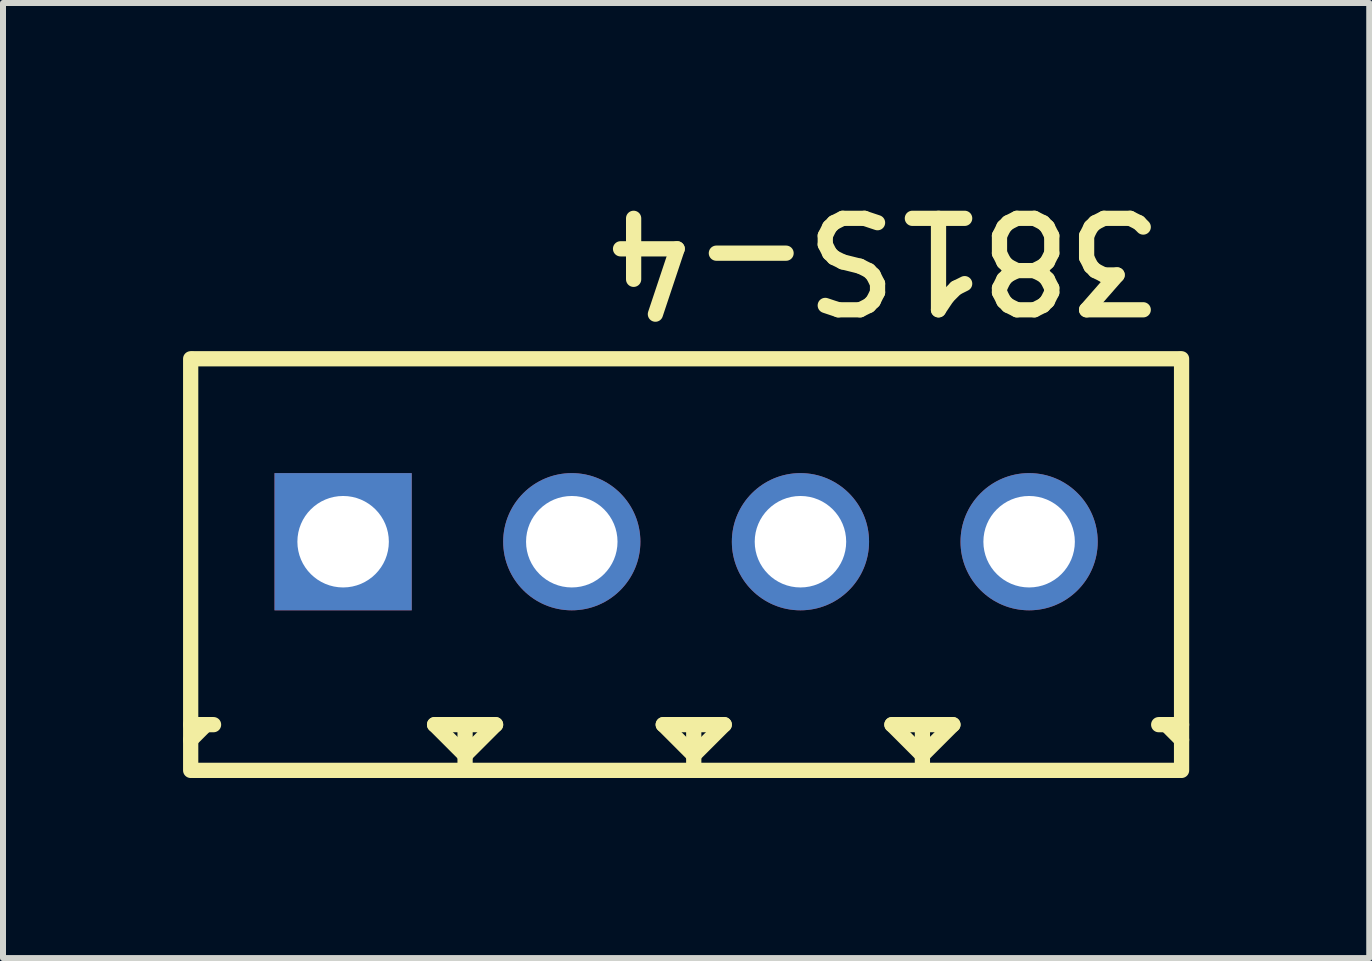
<source format=kicad_pcb>
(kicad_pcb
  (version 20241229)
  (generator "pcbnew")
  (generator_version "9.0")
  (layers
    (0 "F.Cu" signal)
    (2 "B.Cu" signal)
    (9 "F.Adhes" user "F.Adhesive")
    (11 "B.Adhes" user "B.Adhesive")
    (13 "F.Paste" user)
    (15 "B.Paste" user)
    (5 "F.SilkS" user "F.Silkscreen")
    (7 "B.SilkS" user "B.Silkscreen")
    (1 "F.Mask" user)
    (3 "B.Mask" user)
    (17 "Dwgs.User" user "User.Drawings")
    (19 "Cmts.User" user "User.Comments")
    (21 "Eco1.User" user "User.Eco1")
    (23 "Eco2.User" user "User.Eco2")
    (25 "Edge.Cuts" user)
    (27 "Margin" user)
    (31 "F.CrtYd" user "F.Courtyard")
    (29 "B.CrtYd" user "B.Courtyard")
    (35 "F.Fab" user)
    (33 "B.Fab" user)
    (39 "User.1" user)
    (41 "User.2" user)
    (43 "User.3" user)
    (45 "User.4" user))
  (footprint "381S-4"
    (layer "F.Cu")
    (at 2.667 5.976)
    (property "Reference" "381S-4" (at 13.716 -5.588 180) (unlocked yes) (layer "F.SilkS") (effects (font (size 1.524 1.524) (thickness 0.254)) (justify left bottom)))
    (fp_line (start -2.54 -3.048) (end -2.54 3.81) (stroke (width 0.254) (type solid)) (layer "F.SilkS"))
    (fp_line (start -2.54 3.048) (end -2.159 3.048) (stroke (width 0.254) (type solid)) (layer "F.SilkS"))
    (fp_line (start -2.54 3.302) (end -2.286 3.048) (stroke (width 0.254) (type solid)) (layer "F.SilkS"))
    (fp_line (start -2.5 -3.048) (end 13.93 -3.048) (stroke (width 0.254) (type solid)) (layer "F.SilkS"))
    (fp_line (start -2.5 3.81) (end 13.93 3.81) (stroke (width 0.254) (type solid)) (layer "F.SilkS"))
    (fp_line (start 1.524 3.048) (end 2.032 3.556) (stroke (width 0.254) (type solid)) (layer "F.SilkS"))
    (fp_line (start 1.524 3.048) (end 2.54 3.048) (stroke (width 0.254) (type solid)) (layer "F.SilkS"))
    (fp_line (start 2.032 3.048) (end 2.032 3.81) (stroke (width 0.254) (type solid)) (layer "F.SilkS"))
    (fp_line (start 2.032 3.556) (end 2.54 3.048) (stroke (width 0.254) (type solid)) (layer "F.SilkS"))
    (fp_line (start 5.334 3.048) (end 5.842 3.556) (stroke (width 0.254) (type solid)) (layer "F.SilkS"))
    (fp_line (start 5.334 3.048) (end 6.35 3.048) (stroke (width 0.254) (type solid)) (layer "F.SilkS"))
    (fp_line (start 5.842 3.048) (end 5.842 3.81) (stroke (width 0.254) (type solid)) (layer "F.SilkS"))
    (fp_line (start 5.842 3.556) (end 6.35 3.048) (stroke (width 0.254) (type solid)) (layer "F.SilkS"))
    (fp_line (start 9.144 3.048) (end 9.652 3.556) (stroke (width 0.254) (type solid)) (layer "F.SilkS"))
    (fp_line (start 9.144 3.048) (end 10.16 3.048) (stroke (width 0.254) (type solid)) (layer "F.SilkS"))
    (fp_line (start 9.652 3.048) (end 9.652 3.81) (stroke (width 0.254) (type solid)) (layer "F.SilkS"))
    (fp_line (start 9.652 3.556) (end 10.16 3.048) (stroke (width 0.254) (type solid)) (layer "F.SilkS"))
    (fp_line (start 13.589 3.048) (end 13.97 3.048) (stroke (width 0.254) (type solid)) (layer "F.SilkS"))
    (fp_line (start 13.716 3.048) (end 13.97 3.302) (stroke (width 0.254) (type solid)) (layer "F.SilkS"))
    (fp_line (start 13.97 -3.048) (end 13.97 3.81) (stroke (width 0.254) (type solid)) (layer "F.SilkS"))
    (pad "1" thru_hole rect (at 0 0) (size 2.286 2.286) (drill 1.524) (layers "*.Cu" "*.Mask"))
    (pad "2" thru_hole circle (at 3.81 0) (size 2.286 2.286) (drill 1.524) (layers "*.Cu" "*.Mask"))
    (pad "3" thru_hole circle (at 7.62 0) (size 2.286 2.286) (drill 1.524) (layers "*.Cu" "*.Mask"))
    (pad "4" thru_hole circle (at 11.43 0) (size 2.286 2.286) (drill 1.524) (layers "*.Cu" "*.Mask")))
  (gr_rect
    (start -3 -3)
    (end 19.764 12.913)
    (stroke (width 0.1) (type default))
    (fill no)
    (layer "Edge.Cuts")))
</source>
